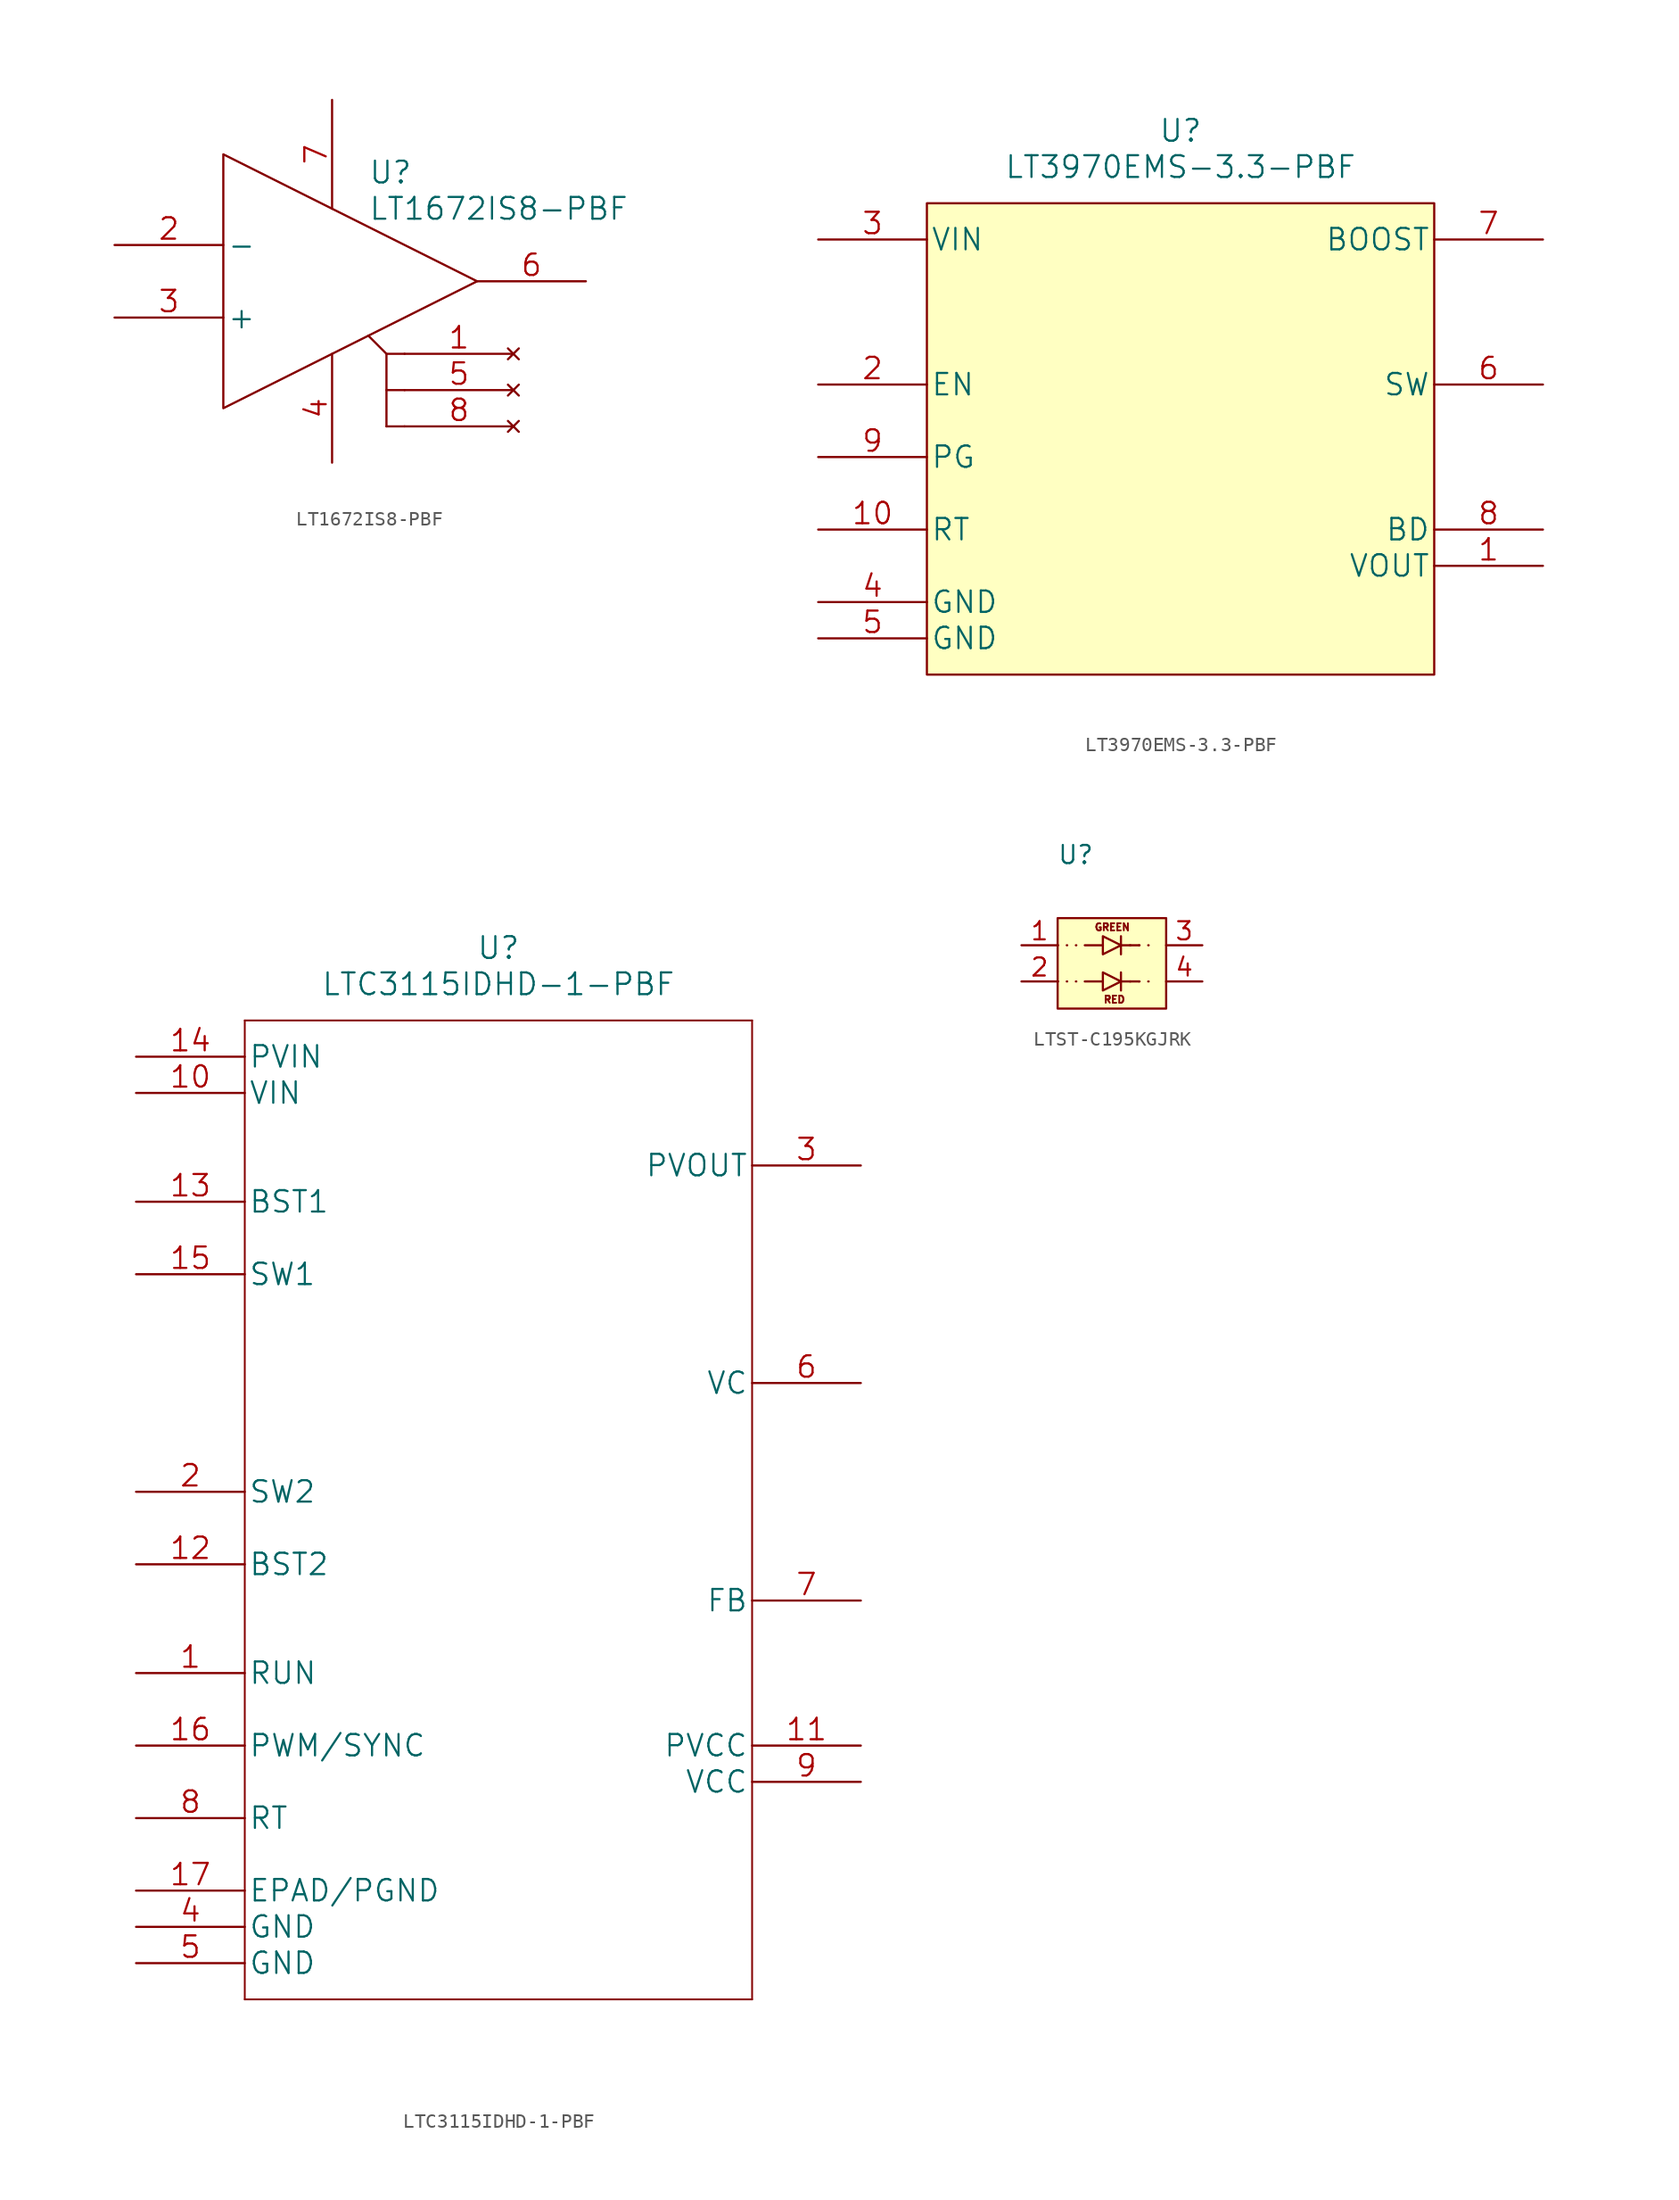
<source format=kicad_sym>
(kicad_symbol_lib
  (version 20220914)
  (generator kicad_symbol_editor)
  (symbol "LT1672IS8-PBF"
    (pin_names
      (offset 0.254))
    (property "Reference" "U"
      (at 17.78 5.08 0)
      (effects (font (size 1.524 1.524)) (justify left)))
    (property "Value" "LT1672IS8-PBF"
      (at 17.78 2.54 0)
      (effects (font (size 1.524 1.524)) (justify left)))
    (property "Datasheet" ""
      (at 0 0 0)
      (effects (font (size 1.524 1.524))))
    (symbol "LT1672IS8-PBF_1_1"
      (polyline (pts (xy 19.05 -7.62) (xy 20.32 -7.62)) (stroke (width 0) (type default)) (fill (type none)))
      (polyline (pts (xy 20.32 -12.7) (xy 19.05 -12.7)) (stroke (width 0) (type default)) (fill (type none)))
      (polyline (pts (xy 20.32 -10.16) (xy 19.05 -10.16)) (stroke (width 0) (type default)) (fill (type none)))
      (polyline (pts (xy 17.78 -6.35) (xy 19.05 -7.62) (xy 19.05 -12.7)) (stroke (width 0) (type default)) (fill (type none)))
      (polyline (pts (xy 7.62 6.35) (xy 7.62 -11.43) (xy 25.4 -2.54) (xy 7.62 6.35)) (stroke (width 0) (type default)) (fill (type none)))
      (pin no_connect line (at 27.94 -7.62 180) (length 7.62) (name "~" (effects (font (size 1.499 1.499)))) (number "1" (effects (font (size 1.499 1.499)))))
      (pin input line (at 0 0 0) (length 7.62) (name "-" (effects (font (size 1.499 1.499)))) (number "2" (effects (font (size 1.499 1.499)))))
      (pin input line (at 0 -5.08 0) (length 7.62) (name "+" (effects (font (size 1.499 1.499)))) (number "3" (effects (font (size 1.499 1.499)))))
      (pin power_in line (at 15.24 -15.24 90) (length 7.62) (name "~" (effects (font (size 1.499 1.499)))) (number "4" (effects (font (size 1.499 1.499)))))
      (pin no_connect line (at 27.94 -10.16 180) (length 7.62) (name "~" (effects (font (size 1.499 1.499)))) (number "5" (effects (font (size 1.499 1.499)))))
      (pin output line (at 33.02 -2.54 180) (length 7.62) (name "~" (effects (font (size 1.499 1.499)))) (number "6" (effects (font (size 1.499 1.499)))))
      (pin power_in line (at 15.24 10.16 270) (length 7.62) (name "~" (effects (font (size 1.499 1.499)))) (number "7" (effects (font (size 1.499 1.499)))))
      (pin no_connect line (at 27.94 -12.7 180) (length 7.62) (name "~" (effects (font (size 1.499 1.499)))) (number "8" (effects (font (size 1.499 1.499)))))))
  (symbol "LT3970EMS-3.3-PBF"
    (pin_names
      (offset 0.254))
    (property "Reference" "U"
      (at 25.4 7.62 0)
      (effects (font (size 1.524 1.524))))
    (property "Value" "LT3970EMS-3.3-PBF"
      (at 25.4 5.08 0)
      (effects (font (size 1.524 1.524))))
    (property "Datasheet" ""
      (at 0 0 0)
      (effects (font (size 1.524 1.524))))
    (symbol "LT3970EMS-3.3-PBF_1_1"
      (rectangle (start 7.62 2.54) (end 43.18 -30.48) (stroke (width 0) (type default)) (fill (type background)))
      (pin power_out line (at 50.8 -22.86 180) (length 7.62) (name "VOUT" (effects (font (size 1.499 1.499)))) (number "1" (effects (font (size 1.499 1.499)))))
      (pin passive line (at 0 -20.32 0) (length 7.62) (name "RT" (effects (font (size 1.499 1.499)))) (number "10" (effects (font (size 1.499 1.499)))))
      (pin input line (at 0 -10.16 0) (length 7.62) (name "EN" (effects (font (size 1.499 1.499)))) (number "2" (effects (font (size 1.499 1.499)))))
      (pin input line (at 0 0 0) (length 7.62) (name "VIN" (effects (font (size 1.499 1.499)))) (number "3" (effects (font (size 1.499 1.499)))))
      (pin power_in line (at 0 -25.4 0) (length 7.62) (name "GND" (effects (font (size 1.499 1.499)))) (number "4" (effects (font (size 1.499 1.499)))))
      (pin power_in line (at 0 -27.94 0) (length 7.62) (name "GND" (effects (font (size 1.499 1.499)))) (number "5" (effects (font (size 1.499 1.499)))))
      (pin output line (at 50.8 -10.16 180) (length 7.62) (name "SW" (effects (font (size 1.499 1.499)))) (number "6" (effects (font (size 1.499 1.499)))))
      (pin input line (at 50.8 0 180) (length 7.62) (name "BOOST" (effects (font (size 1.499 1.499)))) (number "7" (effects (font (size 1.499 1.499)))))
      (pin power_in line (at 50.8 -20.32 180) (length 7.62) (name "BD" (effects (font (size 1.499 1.499)))) (number "8" (effects (font (size 1.499 1.499)))))
      (pin output line (at 0 -15.24 0) (length 7.62) (name "PG" (effects (font (size 1.499 1.499)))) (number "9" (effects (font (size 1.499 1.499)))))))
  (symbol "LTC3115IDHD-1-PBF"
    (pin_names
      (offset 0.254))
    (property "Reference" "U"
      (at 25.4 7.62 0)
      (effects (font (size 1.524 1.524))))
    (property "Value" "LTC3115IDHD-1-PBF"
      (at 25.4 5.08 0)
      (effects (font (size 1.524 1.524))))
    (property "Datasheet" ""
      (at 0 0 0)
      (effects (font (size 1.524 1.524))))
    (symbol "LTC3115IDHD-1-PBF_1_1"
      (polyline (pts (xy 7.62 -66.04) (xy 43.18 -66.04)) (stroke (width 0.127) (type default)) (fill (type none)))
      (polyline (pts (xy 7.62 2.54) (xy 7.62 -66.04)) (stroke (width 0.127) (type default)) (fill (type none)))
      (polyline (pts (xy 43.18 -66.04) (xy 43.18 2.54)) (stroke (width 0.127) (type default)) (fill (type none)))
      (polyline (pts (xy 43.18 2.54) (xy 7.62 2.54)) (stroke (width 0.127) (type default)) (fill (type none)))
      (pin input line (at 0 -43.18 0) (length 7.62) (name "RUN" (effects (font (size 1.499 1.499)))) (number "1" (effects (font (size 1.499 1.499)))))
      (pin input line (at 0 -2.54 0) (length 7.62) (name "VIN" (effects (font (size 1.499 1.499)))) (number "10" (effects (font (size 1.499 1.499)))))
      (pin power_out line (at 50.8 -48.26 180) (length 7.62) (name "PVCC" (effects (font (size 1.499 1.499)))) (number "11" (effects (font (size 1.499 1.499)))))
      (pin output line (at 0 -35.56 0) (length 7.62) (name "BST2" (effects (font (size 1.499 1.499)))) (number "12" (effects (font (size 1.499 1.499)))))
      (pin output line (at 0 -10.16 0) (length 7.62) (name "BST1" (effects (font (size 1.499 1.499)))) (number "13" (effects (font (size 1.499 1.499)))))
      (pin input line (at 0 0 0) (length 7.62) (name "PVIN" (effects (font (size 1.499 1.499)))) (number "14" (effects (font (size 1.499 1.499)))))
      (pin output line (at 0 -15.24 0) (length 7.62) (name "SW1" (effects (font (size 1.499 1.499)))) (number "15" (effects (font (size 1.499 1.499)))))
      (pin input line (at 0 -48.26 0) (length 7.62) (name "PWM/SYNC" (effects (font (size 1.499 1.499)))) (number "16" (effects (font (size 1.499 1.499)))))
      (pin power_in line (at 0 -58.42 0) (length 7.62) (name "EPAD/PGND" (effects (font (size 1.499 1.499)))) (number "17" (effects (font (size 1.499 1.499)))))
      (pin output line (at 0 -30.48 0) (length 7.62) (name "SW2" (effects (font (size 1.499 1.499)))) (number "2" (effects (font (size 1.499 1.499)))))
      (pin power_out line (at 50.8 -7.62 180) (length 7.62) (name "PVOUT" (effects (font (size 1.499 1.499)))) (number "3" (effects (font (size 1.499 1.499)))))
      (pin power_in line (at 0 -60.96 0) (length 7.62) (name "GND" (effects (font (size 1.499 1.499)))) (number "4" (effects (font (size 1.499 1.499)))))
      (pin power_in line (at 0 -63.5 0) (length 7.62) (name "GND" (effects (font (size 1.499 1.499)))) (number "5" (effects (font (size 1.499 1.499)))))
      (pin output line (at 50.8 -22.86 180) (length 7.62) (name "VC" (effects (font (size 1.499 1.499)))) (number "6" (effects (font (size 1.499 1.499)))))
      (pin input line (at 50.8 -38.1 180) (length 7.62) (name "FB" (effects (font (size 1.499 1.499)))) (number "7" (effects (font (size 1.499 1.499)))))
      (pin passive line (at 0 -53.34 0) (length 7.62) (name "RT" (effects (font (size 1.499 1.499)))) (number "8" (effects (font (size 1.499 1.499)))))
      (pin power_in line (at 50.8 -50.8 180) (length 7.62) (name "VCC" (effects (font (size 1.499 1.499)))) (number "9" (effects (font (size 1.499 1.499)))))))
  (symbol "LTST-C195KGJRK"
    (property "Reference" "U"
      (at 3.81 6.35 0)
      (effects (font (size 1.27 1.27))))
    (property "Value" ""
      (at 0 0 0)
      (effects (font (size 1.27 1.27))))
    (symbol "LTST-C195KGJRK_0_1"
      (polyline (pts (xy 5.715 -2.54) (xy 4.445 -2.54)) (stroke (width 0) (type default)) (fill (type none)))
      (polyline (pts (xy 5.715 0) (xy 4.445 0)) (stroke (width 0) (type default)) (fill (type none)))
      (polyline (pts (xy 6.985 -3.175) (xy 6.985 -1.905)) (stroke (width 0) (type default)) (fill (type none)))
      (polyline (pts (xy 6.985 -2.54) (xy 8.255 -2.54)) (stroke (width 0) (type default)) (fill (type none)))
      (polyline (pts (xy 6.985 -0.635) (xy 6.985 0.635)) (stroke (width 0) (type default)) (fill (type none)))
      (polyline (pts (xy 6.985 0) (xy 8.255 0)) (stroke (width 0) (type default)) (fill (type none)))
      (polyline (pts (xy 5.715 -3.175) (xy 6.985 -2.54) (xy 5.715 -1.905) (xy 5.715 -3.175)) (stroke (width 0) (type default)) (fill (type none)))
      (polyline (pts (xy 5.715 -0.635) (xy 6.985 0) (xy 5.715 0.635) (xy 5.715 -0.635)) (stroke (width 0) (type default)) (fill (type none))))
    (symbol "LTST-C195KGJRK_1_1"
      (polyline (pts (xy 2.54 -2.54) (xy 4.445 -2.54)) (stroke (width 0) (type dot)) (fill (type none)))
      (polyline (pts (xy 2.54 0) (xy 4.445 0)) (stroke (width 0) (type dot)) (fill (type none)))
      (polyline (pts (xy 7.62 -2.54) (xy 9.525 -2.54)) (stroke (width 0) (type dot)) (fill (type none)))
      (polyline (pts (xy 7.62 0) (xy 9.525 0)) (stroke (width 0) (type dot)) (fill (type none)))
      (rectangle (start 2.54 1.905) (end 10.16 -4.445) (stroke (width 0) (type default)) (fill (type background)))
      (text "GREEN" (at 5.08 1.27 0) (effects (font (size 0.5 0.5)) (justify left)))
      (text "RED\n" (at 5.715 -3.81 0) (effects (font (size 0.5 0.5)) (justify left)))
      (pin unspecified line (at 0 0 0) (length 2.54) (name "" (effects (font (size 1.27 1.27)))) (number "1" (effects (font (size 1.27 1.27)))))
      (pin unspecified line (at 0 -2.54 0) (length 2.54) (name "" (effects (font (size 1.27 1.27)))) (number "2" (effects (font (size 1.27 1.27)))))
      (pin unspecified line (at 12.7 0 180) (length 2.54) (name "" (effects (font (size 1.27 1.27)))) (number "3" (effects (font (size 1.27 1.27)))))
      (pin unspecified line (at 12.7 -2.54 180) (length 2.54) (name "" (effects (font (size 1.27 1.27)))) (number "4" (effects (font (size 1.27 1.27))))))))
</source>
